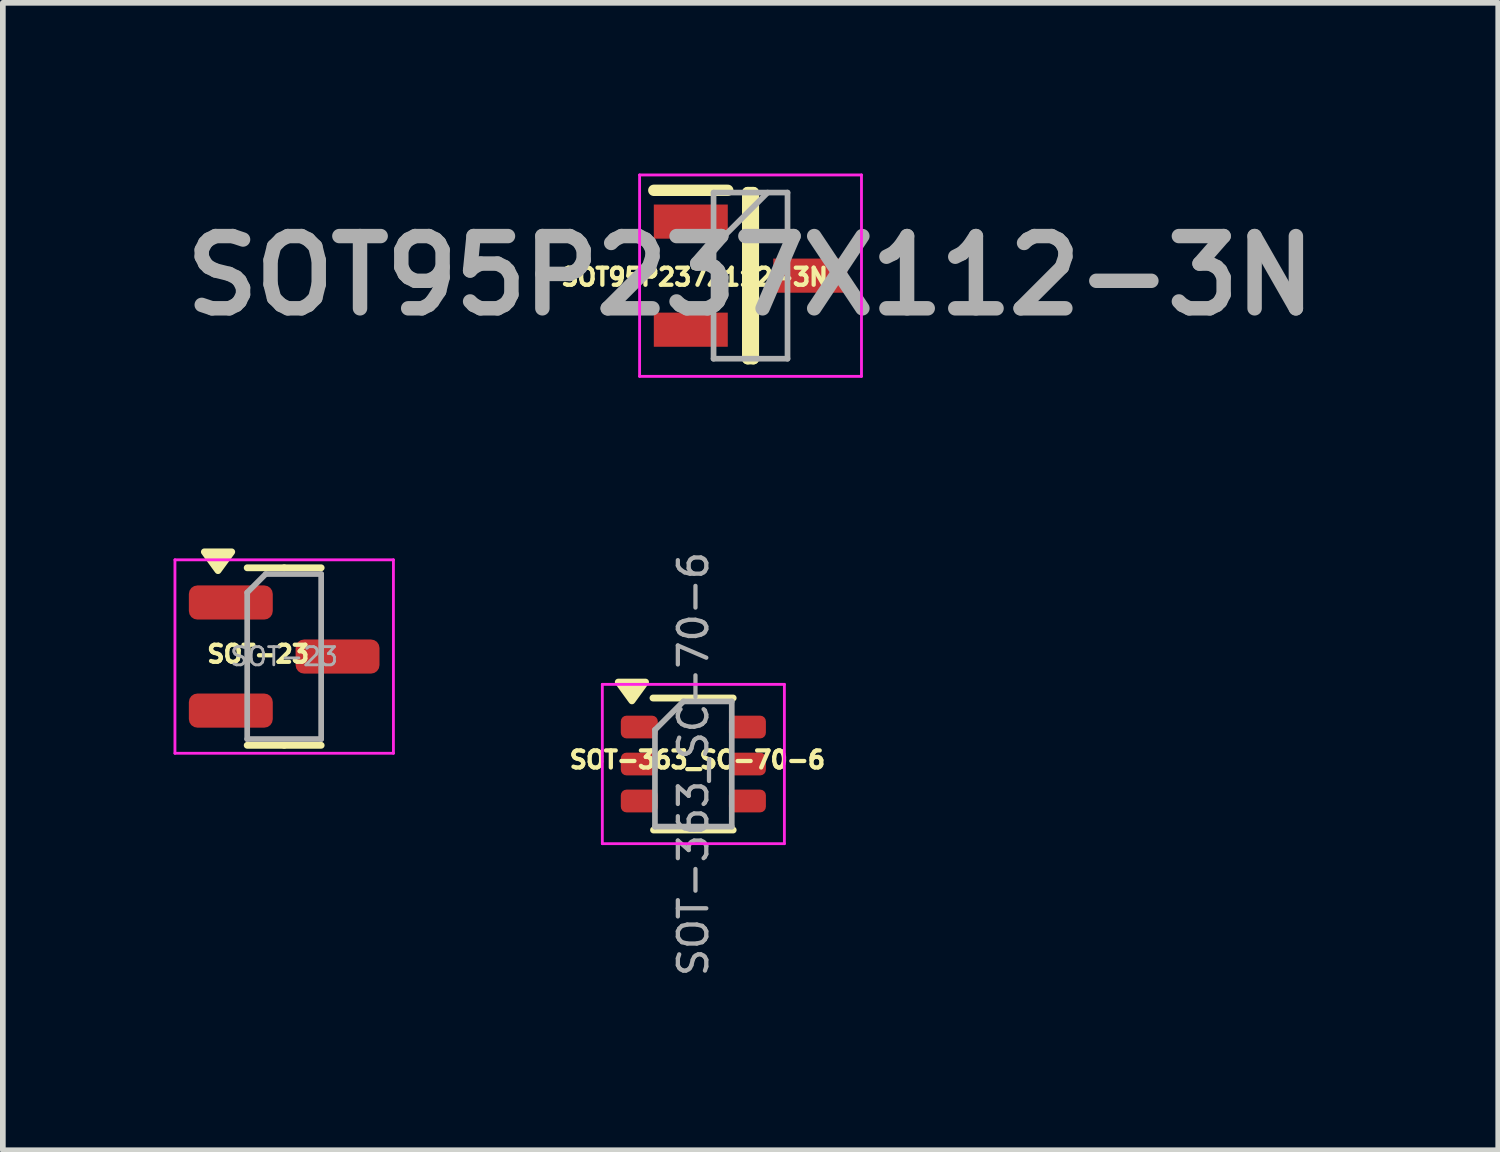
<source format=kicad_pcb>
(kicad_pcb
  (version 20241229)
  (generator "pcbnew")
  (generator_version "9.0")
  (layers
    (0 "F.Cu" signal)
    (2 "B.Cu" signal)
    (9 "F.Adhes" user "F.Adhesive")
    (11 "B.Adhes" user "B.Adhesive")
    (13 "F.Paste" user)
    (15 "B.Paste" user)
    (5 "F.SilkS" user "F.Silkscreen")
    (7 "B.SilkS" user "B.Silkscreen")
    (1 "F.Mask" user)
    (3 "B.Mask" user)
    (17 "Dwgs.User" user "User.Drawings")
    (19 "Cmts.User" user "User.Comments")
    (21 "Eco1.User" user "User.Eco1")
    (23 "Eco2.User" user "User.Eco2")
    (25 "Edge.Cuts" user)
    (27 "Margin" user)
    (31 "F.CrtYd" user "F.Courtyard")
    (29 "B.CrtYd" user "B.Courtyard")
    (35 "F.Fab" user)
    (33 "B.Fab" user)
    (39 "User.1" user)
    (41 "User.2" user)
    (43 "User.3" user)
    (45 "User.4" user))
  (footprint "SOT-363_SC-70-6"
    (layer "F.Cu")
    (at 9.137 10.379)
    (property "Reference" "SOT-363_SC-70-6" (at 0.071 -0.074 180) (layer "F.SilkS") (effects (font (size 0.3 0.3) (thickness 0.15))))
    (attr smd)
    (fp_line (start -0.71 -1.16) (end 0.7 -1.16) (stroke (width 0.12) (type solid)) (layer "F.SilkS"))
    (fp_line (start -0.7 1.16) (end 0.7 1.16) (stroke (width 0.12) (type solid)) (layer "F.SilkS"))
    (fp_poly (pts (xy -1.08 -1.11) (xy -1.32 -1.44) (xy -0.84 -1.44) (xy -1.08 -1.11)) (stroke (width 0.12) (type solid)) (fill yes) (layer "F.SilkS"))
    (fp_line (start -1.6 -1.4) (end -1.6 1.4) (stroke (width 0.05) (type solid)) (layer "F.CrtYd"))
    (fp_line (start -1.6 -1.4) (end 1.6 -1.4) (stroke (width 0.05) (type solid)) (layer "F.CrtYd"))
    (fp_line (start -1.6 1.4) (end 1.6 1.4) (stroke (width 0.05) (type solid)) (layer "F.CrtYd"))
    (fp_line (start 1.6 1.4) (end 1.6 -1.4) (stroke (width 0.05) (type solid)) (layer "F.CrtYd"))
    (fp_line (start -0.675 -0.6) (end -0.675 1.1) (stroke (width 0.1) (type solid)) (layer "F.Fab"))
    (fp_line (start -0.175 -1.1) (end -0.675 -0.6) (stroke (width 0.1) (type solid)) (layer "F.Fab"))
    (fp_line (start 0.675 -1.1) (end -0.175 -1.1) (stroke (width 0.1) (type solid)) (layer "F.Fab"))
    (fp_line (start 0.675 -1.1) (end 0.675 1.1) (stroke (width 0.1) (type solid)) (layer "F.Fab"))
    (fp_line (start 0.675 1.1) (end -0.675 1.1) (stroke (width 0.1) (type solid)) (layer "F.Fab"))
    (fp_text user "${REFERENCE}" (at 0 0 270) (layer "F.Fab") (effects (font (size 0.5 0.5) (thickness 0.075))))
    (pad "1" smd roundrect (at -0.95 -0.65) (size 0.65 0.4) (layers "F.Cu" "F.Mask" "F.Paste") (roundrect_rratio 0.25))
    (pad "2" smd roundrect (at -0.95 0) (size 0.65 0.4) (layers "F.Cu" "F.Mask" "F.Paste") (roundrect_rratio 0.25))
    (pad "3" smd roundrect (at -0.95 0.65) (size 0.65 0.4) (layers "F.Cu" "F.Mask" "F.Paste") (roundrect_rratio 0.25))
    (pad "4" smd roundrect (at 0.95 0.65) (size 0.65 0.4) (layers "F.Cu" "F.Mask" "F.Paste") (roundrect_rratio 0.25))
    (pad "5" smd roundrect (at 0.95 0) (size 0.65 0.4) (layers "F.Cu" "F.Mask" "F.Paste") (roundrect_rratio 0.25))
    (pad "6" smd roundrect (at 0.95 -0.65) (size 0.65 0.4) (layers "F.Cu" "F.Mask" "F.Paste") (roundrect_rratio 0.25)))
  (footprint "SOT95P237X112-3N"
    (layer "F.Cu")
    (at 10.142 1.795)
    (property "Reference" "SOT95P237X112-3N" (at -0.983 0.025 180) (layer "F.SilkS") (effects (font (size 0.3 0.3) (thickness 0.254))))
    (attr smd)
    (fp_line (start -1.7 -1.5) (end -0.4 -1.5) (stroke (width 0.2) (type solid)) (layer "F.SilkS"))
    (fp_line (start -0.05 -1.46) (end 0.05 -1.46) (stroke (width 0.2) (type solid)) (layer "F.SilkS"))
    (fp_line (start -0.05 1.46) (end -0.05 -1.46) (stroke (width 0.2) (type solid)) (layer "F.SilkS"))
    (fp_line (start 0.05 -1.46) (end 0.05 1.46) (stroke (width 0.2) (type solid)) (layer "F.SilkS"))
    (fp_line (start 0.05 1.46) (end -0.05 1.46) (stroke (width 0.2) (type solid)) (layer "F.SilkS"))
    (fp_line (start -1.95 -1.77) (end 1.95 -1.77) (stroke (width 0.05) (type solid)) (layer "F.CrtYd"))
    (fp_line (start -1.95 1.77) (end -1.95 -1.77) (stroke (width 0.05) (type solid)) (layer "F.CrtYd"))
    (fp_line (start 1.95 -1.77) (end 1.95 1.77) (stroke (width 0.05) (type solid)) (layer "F.CrtYd"))
    (fp_line (start 1.95 1.77) (end -1.95 1.77) (stroke (width 0.05) (type solid)) (layer "F.CrtYd"))
    (fp_line (start -0.65 -1.46) (end 0.65 -1.46) (stroke (width 0.1) (type solid)) (layer "F.Fab"))
    (fp_line (start -0.65 -0.51) (end 0.3 -1.46) (stroke (width 0.1) (type solid)) (layer "F.Fab"))
    (fp_line (start -0.65 1.46) (end -0.65 -1.46) (stroke (width 0.1) (type solid)) (layer "F.Fab"))
    (fp_line (start 0.65 -1.46) (end 0.65 1.46) (stroke (width 0.1) (type solid)) (layer "F.Fab"))
    (fp_line (start 0.65 1.46) (end -0.65 1.46) (stroke (width 0.1) (type solid)) (layer "F.Fab"))
    (fp_text user "${REFERENCE}" (at 0 0 180) (layer "F.Fab") (effects (font (size 1.27 1.27) (thickness 0.254))))
    (pad "1" smd rect (at -1.05 -0.95 90) (size 0.6 1.3) (layers "F.Cu" "F.Mask" "F.Paste"))
    (pad "2" smd rect (at -1.05 0.95 90) (size 0.6 1.3) (layers "F.Cu" "F.Mask" "F.Paste"))
    (pad "3" smd rect (at 1.05 0 90) (size 0.6 1.3) (layers "F.Cu" "F.Mask" "F.Paste")))
  (footprint "SOT-23"
    (layer "F.Cu")
    (at 1.945 8.49)
    (property "Reference" "SOT-23" (at -0.457 -0.043 0) (layer "F.SilkS") (effects (font (size 0.3 0.3) (thickness 0.15))))
    (attr smd)
    (fp_line (start 0 -1.56) (end -0.65 -1.56) (stroke (width 0.12) (type solid)) (layer "F.SilkS"))
    (fp_line (start 0 -1.56) (end 0.65 -1.56) (stroke (width 0.12) (type solid)) (layer "F.SilkS"))
    (fp_line (start 0 1.56) (end -0.65 1.56) (stroke (width 0.12) (type solid)) (layer "F.SilkS"))
    (fp_line (start 0 1.56) (end 0.65 1.56) (stroke (width 0.12) (type solid)) (layer "F.SilkS"))
    (fp_poly (pts (xy -1.163 -1.51) (xy -1.403 -1.84) (xy -0.922 -1.84) (xy -1.163 -1.51)) (stroke (width 0.12) (type solid)) (fill yes) (layer "F.SilkS"))
    (fp_line (start -1.92 -1.7) (end -1.92 1.7) (stroke (width 0.05) (type solid)) (layer "F.CrtYd"))
    (fp_line (start -1.92 1.7) (end 1.92 1.7) (stroke (width 0.05) (type solid)) (layer "F.CrtYd"))
    (fp_line (start 1.92 -1.7) (end -1.92 -1.7) (stroke (width 0.05) (type solid)) (layer "F.CrtYd"))
    (fp_line (start 1.92 1.7) (end 1.92 -1.7) (stroke (width 0.05) (type solid)) (layer "F.CrtYd"))
    (fp_line (start -0.65 -1.125) (end -0.325 -1.45) (stroke (width 0.1) (type solid)) (layer "F.Fab"))
    (fp_line (start -0.65 1.45) (end -0.65 -1.125) (stroke (width 0.1) (type solid)) (layer "F.Fab"))
    (fp_line (start -0.325 -1.45) (end 0.65 -1.45) (stroke (width 0.1) (type solid)) (layer "F.Fab"))
    (fp_line (start 0.65 -1.45) (end 0.65 1.45) (stroke (width 0.1) (type solid)) (layer "F.Fab"))
    (fp_line (start 0.65 1.45) (end -0.65 1.45) (stroke (width 0.1) (type solid)) (layer "F.Fab"))
    (fp_text user "${REFERENCE}" (at 0 0 0) (layer "F.Fab") (effects (font (size 0.32 0.32) (thickness 0.05))))
    (pad "1" smd roundrect (at -0.938 -0.95) (size 1.475 0.6) (layers "F.Cu" "F.Mask" "F.Paste") (roundrect_rratio 0.25))
    (pad "2" smd roundrect (at -0.938 0.95) (size 1.475 0.6) (layers "F.Cu" "F.Mask" "F.Paste") (roundrect_rratio 0.25))
    (pad "3" smd roundrect (at 0.938 0) (size 1.475 0.6) (layers "F.Cu" "F.Mask" "F.Paste") (roundrect_rratio 0.25)))
  (gr_rect
    (start -3 -3)
    (end 23.284 17.167)
    (stroke (width 0.1) (type default))
    (fill no)
    (layer "Edge.Cuts")))
</source>
